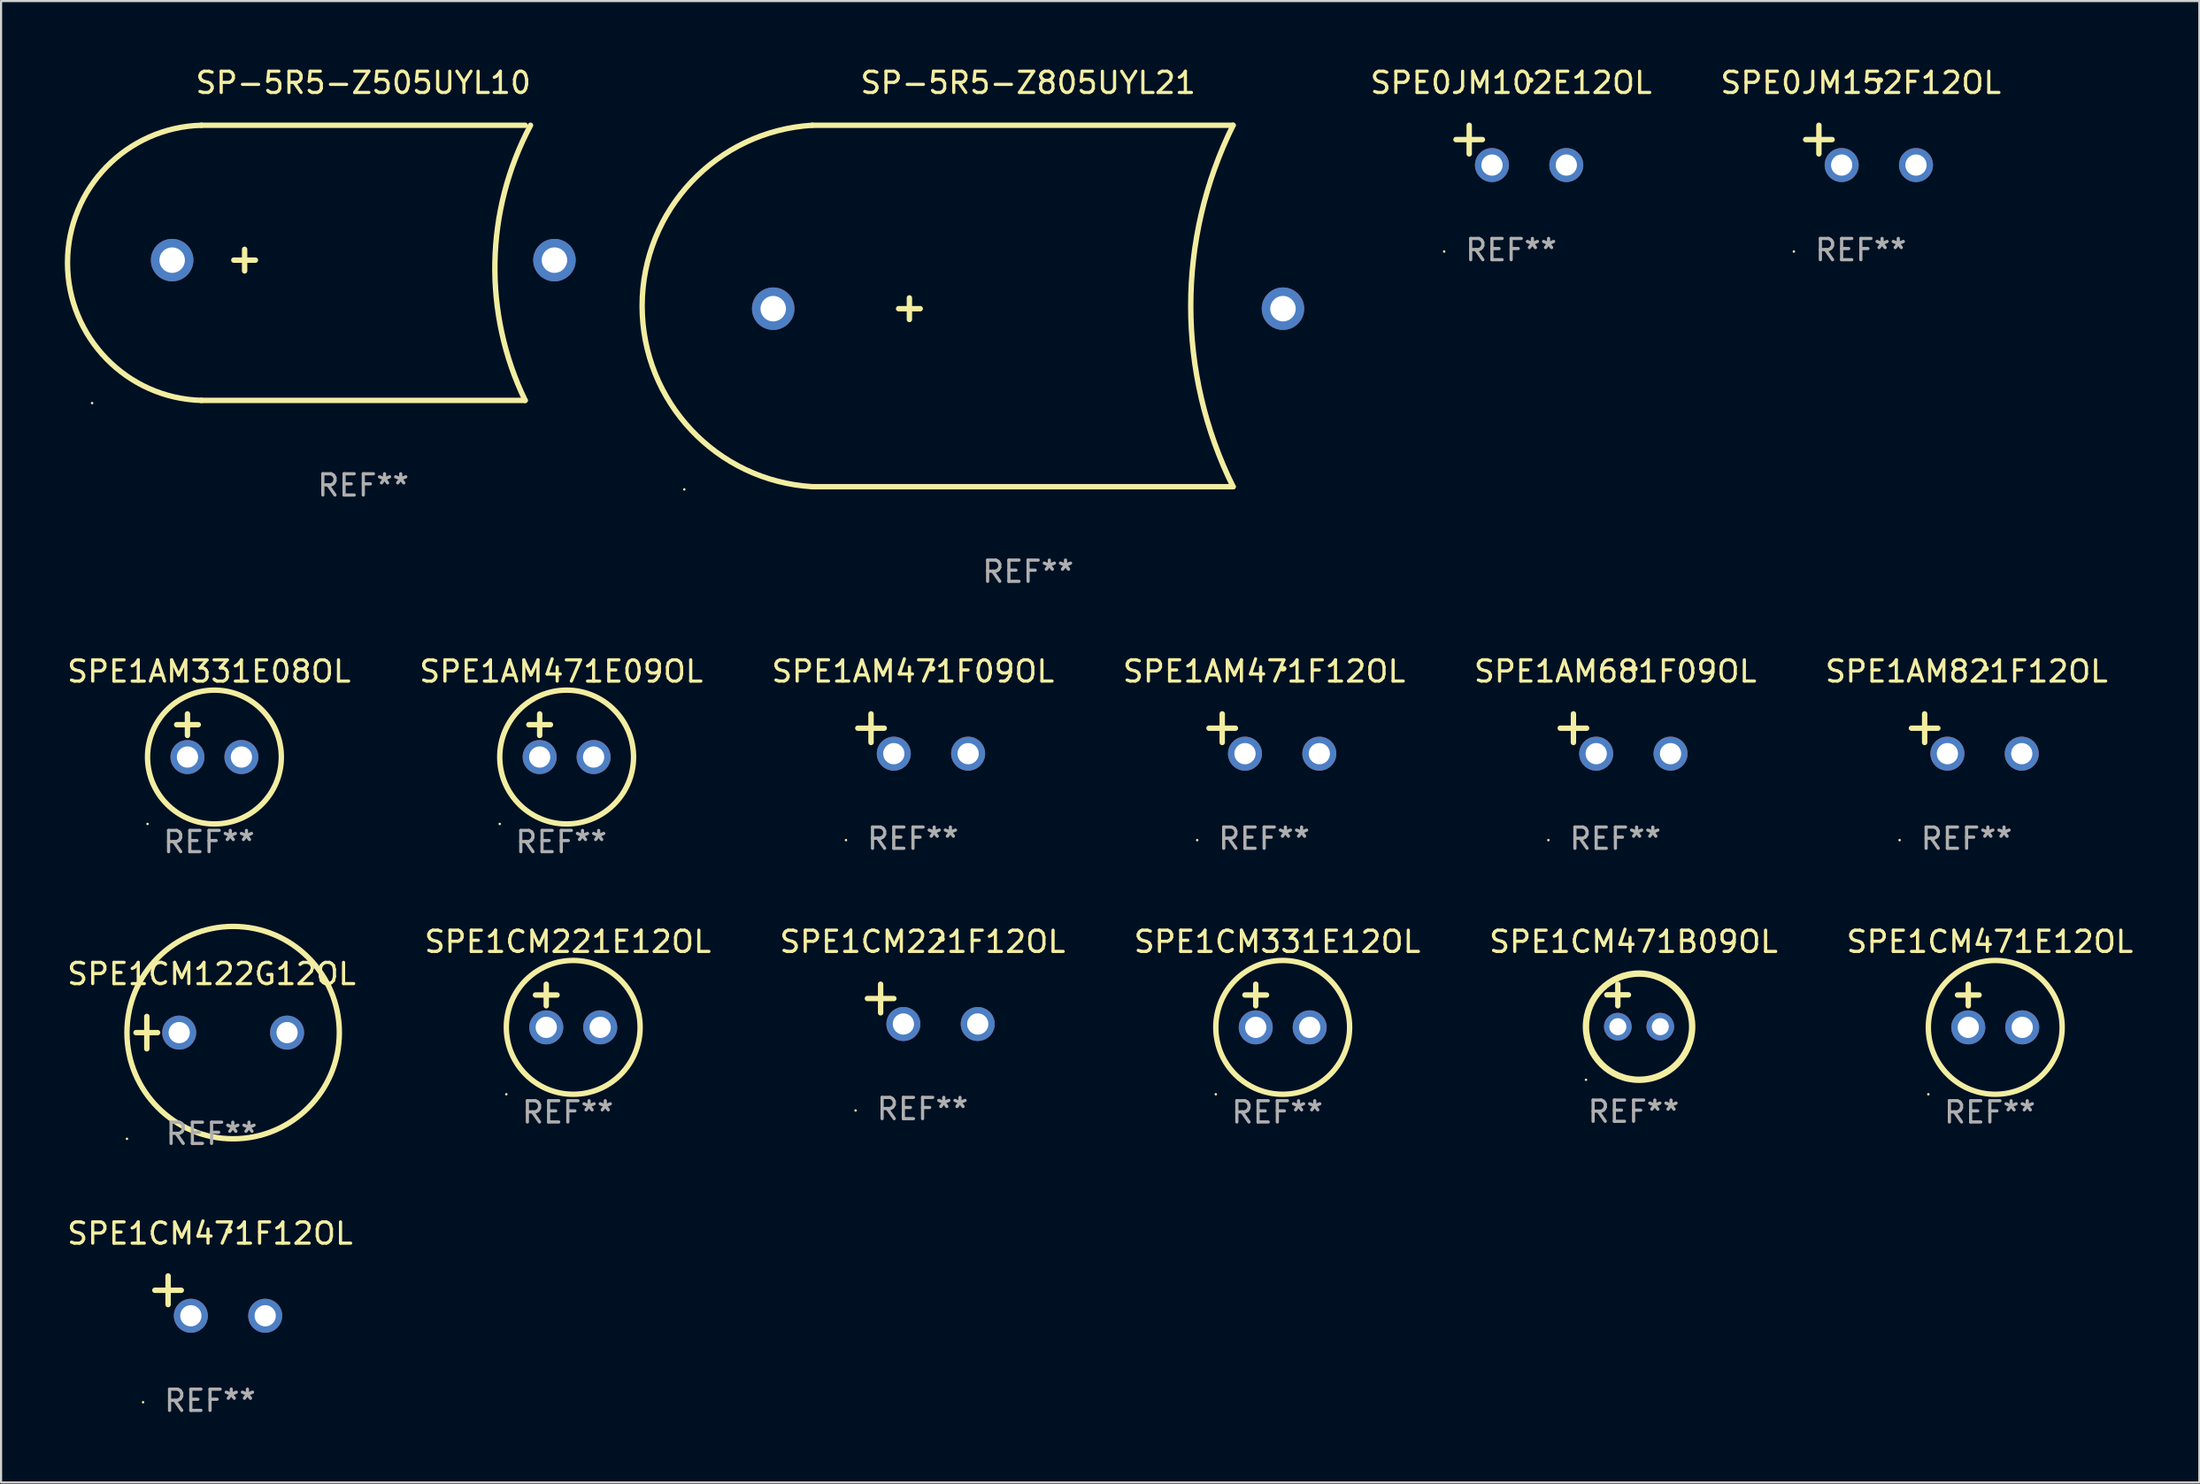
<source format=kicad_pcb>
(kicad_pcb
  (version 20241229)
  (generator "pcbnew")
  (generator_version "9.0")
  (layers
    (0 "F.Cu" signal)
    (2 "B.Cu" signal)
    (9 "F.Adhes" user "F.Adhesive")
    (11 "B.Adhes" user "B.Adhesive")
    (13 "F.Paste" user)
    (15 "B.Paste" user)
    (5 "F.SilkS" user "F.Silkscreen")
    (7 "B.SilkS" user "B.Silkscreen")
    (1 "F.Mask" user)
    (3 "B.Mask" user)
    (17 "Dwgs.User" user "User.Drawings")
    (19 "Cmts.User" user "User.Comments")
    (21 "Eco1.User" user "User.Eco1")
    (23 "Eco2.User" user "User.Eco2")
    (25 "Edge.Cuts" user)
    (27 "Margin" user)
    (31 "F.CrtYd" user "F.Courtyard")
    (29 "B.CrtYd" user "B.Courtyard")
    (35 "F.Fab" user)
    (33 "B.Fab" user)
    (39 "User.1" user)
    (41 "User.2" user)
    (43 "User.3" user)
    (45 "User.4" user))
  (footprint "SPE1CM471F12OL"
    (layer "F.Cu")
    (at 6.839 57.965)
    (property "Reference" "SPE1CM471F12OL" (at 0 -2.937 0) (layer "F.SilkS") (effects (font (size 1 1) (thickness 0.15))))
    (attr through_hole)
    (fp_line (start -1.975 0.41) (end -1.975 -0.937) (stroke (width 0.254) (type solid)) (layer "F.SilkS"))
    (fp_line (start -1.353 -0.263) (end -2.597 -0.263) (stroke (width 0.254) (type solid)) (layer "F.SilkS"))
    (fp_arc (start 0.849809 -3.063957) (mid 0.885369 -3.064114) (end 0.920929 -3.063957) (stroke (width 0.254001) (type solid)) (layer "F.SilkS"))
    (fp_circle (center -3.154 5.008) (end -3.124 5.008) (stroke (width 0.06) (type solid)) (fill no) (layer "F.SilkS"))
    (fp_text user "REF**" (at 0 4.937 0) (layer "F.Fab") (effects (font (size 1 1) (thickness 0.15))))
    (pad "1" thru_hole circle (at -0.903 0.937) (size 1.6 1.6) (drill 1) (layers "*.Cu" "*.Mask"))
    (pad "2" thru_hole circle (at 2.597 0.937) (size 1.6 1.6) (drill 1) (layers "*.Cu" "*.Mask")))
  (footprint "SP-5R5-Z505UYL10"
    (layer "F.Cu")
    (at 14.055 9.325)
    (property "Reference" "SP-5R5-Z505UYL10" (at 0 -8.477 0) (layer "F.SilkS") (effects (font (size 1 1) (thickness 0.15))))
    (attr through_hole)
    (fp_line (start -7.62 6.477) (end 7.62 6.477) (stroke (width 0.254) (type solid)) (layer "F.SilkS"))
    (fp_line (start -6.096 -0.127) (end -5.08 -0.127) (stroke (width 0.254) (type solid)) (layer "F.SilkS"))
    (fp_line (start -5.588 -0.635) (end -5.588 0.381) (stroke (width 0.254) (type solid)) (layer "F.SilkS"))
    (fp_line (start 7.62 -6.477) (end -7.62 -6.477) (stroke (width 0.254) (type solid)) (layer "F.SilkS"))
    (fp_arc (start -7.620015 6.477013) (mid -13.928168 0) (end -7.620015 -6.477013) (stroke (width 0.254001) (type solid)) (layer "F.SilkS"))
    (fp_arc (start 7.620015 6.477013) (mid 6.196987 -0.030393) (end 7.874016 -6.477013) (stroke (width 0.254001) (type solid)) (layer "F.SilkS"))
    (fp_circle (center -12.769 6.604) (end -12.739 6.604) (stroke (width 0.06) (type solid)) (fill no) (layer "F.SilkS"))
    (fp_text user "REF**" (at 0 10.477 0) (layer "F.Fab") (effects (font (size 1 1) (thickness 0.15))))
    (pad "1" thru_hole circle (at -9 -0.127) (size 2 2) (drill 1.2) (layers "*.Cu" "*.Mask"))
    (pad "2" thru_hole circle (at 9 -0.127) (size 2 2) (drill 1.2) (layers "*.Cu" "*.Mask")))
  (footprint "SPE1CM471B09OL"
    (layer "F.Cu")
    (at 73.863 44.291)
    (property "Reference" "SPE1CM471B09OL" (at 0 -3 0) (layer "F.SilkS") (effects (font (size 1 1) (thickness 0.15))))
    (attr through_hole)
    (fp_line (start -1.258 -0.5) (end -0.242 -0.5) (stroke (width 0.254) (type solid)) (layer "F.SilkS"))
    (fp_line (start -0.742 -1) (end -0.742 0.016) (stroke (width 0.254) (type solid)) (layer "F.SilkS"))
    (fp_circle (center -2.242 3.5) (end -2.212 3.5) (stroke (width 0.06) (type solid)) (fill no) (layer "F.SilkS"))
    (fp_circle (center 0.258 1) (end 2.758 1) (stroke (width 0.3) (type solid)) (fill no) (layer "F.SilkS"))
    (fp_text user "REF**" (at 0 5 0) (layer "F.Fab") (effects (font (size 1 1) (thickness 0.15))))
    (pad "1" thru_hole circle (at -0.742 1) (size 1.3 1.3) (drill 0.8) (layers "*.Cu" "*.Mask"))
    (pad "2" thru_hole circle (at 1.258 1) (size 1.3 1.3) (drill 0.8) (layers "*.Cu" "*.Mask")))
  (footprint "SPE1CM122G12OL"
    (layer "F.Cu")
    (at 6.911 45.57)
    (property "Reference" "SPE1CM122G12OL" (at 0 -2.762 0) (layer "F.SilkS") (effects (font (size 1 1) (thickness 0.15))))
    (attr through_hole)
    (fp_line (start -3.556 0) (end -2.54 0) (stroke (width 0.254) (type solid)) (layer "F.SilkS"))
    (fp_line (start -3.048 -0.762) (end -3.048 0.762) (stroke (width 0.254) (type solid)) (layer "F.SilkS"))
    (fp_circle (center -3.984 5) (end -3.954 5) (stroke (width 0.06) (type solid)) (fill no) (layer "F.SilkS"))
    (fp_circle (center 1.016 0) (end 6.016 0) (stroke (width 0.254) (type solid)) (fill no) (layer "F.SilkS"))
    (fp_text user "REF**" (at 0 4.762 0) (layer "F.Fab") (effects (font (size 1 1) (thickness 0.15))))
    (pad "1" thru_hole circle (at -1.524 0) (size 1.6 1.6) (drill 1) (layers "*.Cu" "*.Mask"))
    (pad "2" thru_hole circle (at 3.556 0) (size 1.6 1.6) (drill 1) (layers "*.Cu" "*.Mask")))
  (footprint "SP-5R5-Z805UYL21"
    (layer "F.Cu")
    (at 45.355 11.357)
    (property "Reference" "SP-5R5-Z805UYL21" (at 0 -10.509 0) (layer "F.SilkS") (effects (font (size 1 1) (thickness 0.15))))
    (attr through_hole)
    (fp_line (start -10.16 8.509) (end 9.652 8.509) (stroke (width 0.254) (type solid)) (layer "F.SilkS"))
    (fp_line (start -6.096 0.127) (end -5.08 0.127) (stroke (width 0.254) (type solid)) (layer "F.SilkS"))
    (fp_line (start -5.588 -0.381) (end -5.588 0.635) (stroke (width 0.254) (type solid)) (layer "F.SilkS"))
    (fp_line (start 9.652 -8.509) (end -10.16 -8.509) (stroke (width 0.254) (type solid)) (layer "F.SilkS"))
    (fp_arc (start -10.16002 8.509017) (mid -18.172748 0) (end -10.160021 -8.509017) (stroke (width 0.254001) (type solid)) (layer "F.SilkS"))
    (fp_arc (start 9.652019 8.509017) (mid 7.658002 0) (end 9.652019 -8.509017) (stroke (width 0.254001) (type solid)) (layer "F.SilkS"))
    (fp_circle (center -16.186 8.636) (end -16.156 8.636) (stroke (width 0.06) (type solid)) (fill no) (layer "F.SilkS"))
    (fp_text user "REF**" (at 0 12.509 0) (layer "F.Fab") (effects (font (size 1 1) (thickness 0.15))))
    (pad "1" thru_hole circle (at -12 0.127) (size 2 2) (drill 1.2) (layers "*.Cu" "*.Mask"))
    (pad "2" thru_hole circle (at 12 0.127) (size 2 2) (drill 1.2) (layers "*.Cu" "*.Mask")))
  (footprint "SPE1AM471F09OL"
    (layer "F.Cu")
    (at 39.935 31.499)
    (property "Reference" "SPE1AM471F09OL" (at 0 -2.937 0) (layer "F.SilkS") (effects (font (size 1 1) (thickness 0.15))))
    (attr through_hole)
    (fp_line (start -1.975 0.41) (end -1.975 -0.937) (stroke (width 0.254) (type solid)) (layer "F.SilkS"))
    (fp_line (start -1.353 -0.263) (end -2.597 -0.263) (stroke (width 0.254) (type solid)) (layer "F.SilkS"))
    (fp_arc (start 0.849809 -3.063957) (mid 0.885369 -3.064114) (end 0.920929 -3.063957) (stroke (width 0.254001) (type solid)) (layer "F.SilkS"))
    (fp_circle (center -3.154 5.008) (end -3.124 5.008) (stroke (width 0.06) (type solid)) (fill no) (layer "F.SilkS"))
    (fp_text user "REF**" (at 0 4.937 0) (layer "F.Fab") (effects (font (size 1 1) (thickness 0.15))))
    (pad "1" thru_hole circle (at -0.903 0.937) (size 1.6 1.6) (drill 1) (layers "*.Cu" "*.Mask"))
    (pad "2" thru_hole circle (at 2.597 0.937) (size 1.6 1.6) (drill 1) (layers "*.Cu" "*.Mask")))
  (footprint "SPE0JM152F12OL"
    (layer "F.Cu")
    (at 84.563 3.785)
    (property "Reference" "SPE0JM152F12OL" (at 0 -2.937 0) (layer "F.SilkS") (effects (font (size 1 1) (thickness 0.15))))
    (attr through_hole)
    (fp_line (start -1.975 0.41) (end -1.975 -0.937) (stroke (width 0.254) (type solid)) (layer "F.SilkS"))
    (fp_line (start -1.353 -0.263) (end -2.597 -0.263) (stroke (width 0.254) (type solid)) (layer "F.SilkS"))
    (fp_arc (start 0.849809 -3.063957) (mid 0.885369 -3.064114) (end 0.920929 -3.063957) (stroke (width 0.254001) (type solid)) (layer "F.SilkS"))
    (fp_circle (center -3.154 5.008) (end -3.124 5.008) (stroke (width 0.06) (type solid)) (fill no) (layer "F.SilkS"))
    (fp_text user "REF**" (at 0 4.937 0) (layer "F.Fab") (effects (font (size 1 1) (thickness 0.15))))
    (pad "1" thru_hole circle (at -0.903 0.937) (size 1.6 1.6) (drill 1) (layers "*.Cu" "*.Mask"))
    (pad "2" thru_hole circle (at 2.597 0.937) (size 1.6 1.6) (drill 1) (layers "*.Cu" "*.Mask")))
  (footprint "SPE1CM221F12OL"
    (layer "F.Cu")
    (at 40.387 44.228)
    (property "Reference" "SPE1CM221F12OL" (at 0 -2.937 0) (layer "F.SilkS") (effects (font (size 1 1) (thickness 0.15))))
    (attr through_hole)
    (fp_line (start -1.975 0.41) (end -1.975 -0.937) (stroke (width 0.254) (type solid)) (layer "F.SilkS"))
    (fp_line (start -1.353 -0.263) (end -2.597 -0.263) (stroke (width 0.254) (type solid)) (layer "F.SilkS"))
    (fp_arc (start 0.849809 -3.063957) (mid 0.885369 -3.064114) (end 0.920929 -3.063957) (stroke (width 0.254001) (type solid)) (layer "F.SilkS"))
    (fp_circle (center -3.154 5.008) (end -3.124 5.008) (stroke (width 0.06) (type solid)) (fill no) (layer "F.SilkS"))
    (fp_text user "REF**" (at 0 4.937 0) (layer "F.Fab") (effects (font (size 1 1) (thickness 0.15))))
    (pad "1" thru_hole circle (at -0.903 0.937) (size 1.6 1.6) (drill 1) (layers "*.Cu" "*.Mask"))
    (pad "2" thru_hole circle (at 2.597 0.937) (size 1.6 1.6) (drill 1) (layers "*.Cu" "*.Mask")))
  (footprint "SPE1AM681F09OL"
    (layer "F.Cu")
    (at 73.006 31.499)
    (property "Reference" "SPE1AM681F09OL" (at 0 -2.937 0) (layer "F.SilkS") (effects (font (size 1 1) (thickness 0.15))))
    (attr through_hole)
    (fp_line (start -1.975 0.41) (end -1.975 -0.937) (stroke (width 0.254) (type solid)) (layer "F.SilkS"))
    (fp_line (start -1.353 -0.263) (end -2.597 -0.263) (stroke (width 0.254) (type solid)) (layer "F.SilkS"))
    (fp_arc (start 0.849809 -3.063957) (mid 0.885369 -3.064114) (end 0.920929 -3.063957) (stroke (width 0.254001) (type solid)) (layer "F.SilkS"))
    (fp_circle (center -3.154 5.008) (end -3.124 5.008) (stroke (width 0.06) (type solid)) (fill no) (layer "F.SilkS"))
    (fp_text user "REF**" (at 0 4.937 0) (layer "F.Fab") (effects (font (size 1 1) (thickness 0.15))))
    (pad "1" thru_hole circle (at -0.903 0.937) (size 1.6 1.6) (drill 1) (layers "*.Cu" "*.Mask"))
    (pad "2" thru_hole circle (at 2.597 0.937) (size 1.6 1.6) (drill 1) (layers "*.Cu" "*.Mask")))
  (footprint "SPE1AM821F12OL"
    (layer "F.Cu")
    (at 89.542 31.499)
    (property "Reference" "SPE1AM821F12OL" (at 0 -2.937 0) (layer "F.SilkS") (effects (font (size 1 1) (thickness 0.15))))
    (attr through_hole)
    (fp_line (start -1.975 0.41) (end -1.975 -0.937) (stroke (width 0.254) (type solid)) (layer "F.SilkS"))
    (fp_line (start -1.353 -0.263) (end -2.597 -0.263) (stroke (width 0.254) (type solid)) (layer "F.SilkS"))
    (fp_arc (start 0.849809 -3.063957) (mid 0.885369 -3.064114) (end 0.920929 -3.063957) (stroke (width 0.254001) (type solid)) (layer "F.SilkS"))
    (fp_circle (center -3.154 5.008) (end -3.124 5.008) (stroke (width 0.06) (type solid)) (fill no) (layer "F.SilkS"))
    (fp_text user "REF**" (at 0 4.937 0) (layer "F.Fab") (effects (font (size 1 1) (thickness 0.15))))
    (pad "1" thru_hole circle (at -0.903 0.937) (size 1.6 1.6) (drill 1) (layers "*.Cu" "*.Mask"))
    (pad "2" thru_hole circle (at 2.597 0.937) (size 1.6 1.6) (drill 1) (layers "*.Cu" "*.Mask")))
  (footprint "SPE1CM221E12OL"
    (layer "F.Cu")
    (at 23.685 44.307)
    (property "Reference" "SPE1CM221E12OL" (at 0 -3.016 0) (layer "F.SilkS") (effects (font (size 1 1) (thickness 0.15))))
    (attr through_hole)
    (fp_line (start -1.524 -0.508) (end -0.508 -0.508) (stroke (width 0.254) (type solid)) (layer "F.SilkS"))
    (fp_line (start -1.016 -1.016) (end -1.016 0) (stroke (width 0.254) (type solid)) (layer "F.SilkS"))
    (fp_circle (center -2.896 4.166) (end -2.866 4.166) (stroke (width 0.06) (type solid)) (fill no) (layer "F.SilkS"))
    (fp_circle (center 0.254 1.016) (end 3.404 1.016) (stroke (width 0.254) (type solid)) (fill no) (layer "F.SilkS"))
    (fp_text user "REF**" (at 0 5.016 0) (layer "F.Fab") (effects (font (size 1 1) (thickness 0.15))))
    (pad "1" thru_hole circle (at -1.016 1.016) (size 1.6 1.6) (drill 1) (layers "*.Cu" "*.Mask"))
    (pad "2" thru_hole circle (at 1.524 1.016) (size 1.6 1.6) (drill 1) (layers "*.Cu" "*.Mask")))
  (footprint "SPE1AM331E08OL"
    (layer "F.Cu")
    (at 6.792 31.579)
    (property "Reference" "SPE1AM331E08OL" (at 0 -3.016 0) (layer "F.SilkS") (effects (font (size 1 1) (thickness 0.15))))
    (attr through_hole)
    (fp_line (start -1.524 -0.508) (end -0.508 -0.508) (stroke (width 0.254) (type solid)) (layer "F.SilkS"))
    (fp_line (start -1.016 -1.016) (end -1.016 0) (stroke (width 0.254) (type solid)) (layer "F.SilkS"))
    (fp_circle (center -2.896 4.166) (end -2.866 4.166) (stroke (width 0.06) (type solid)) (fill no) (layer "F.SilkS"))
    (fp_circle (center 0.254 1.016) (end 3.404 1.016) (stroke (width 0.254) (type solid)) (fill no) (layer "F.SilkS"))
    (fp_text user "REF**" (at 0 5.016 0) (layer "F.Fab") (effects (font (size 1 1) (thickness 0.15))))
    (pad "1" thru_hole circle (at -1.016 1.016) (size 1.6 1.6) (drill 1) (layers "*.Cu" "*.Mask"))
    (pad "2" thru_hole circle (at 1.524 1.016) (size 1.6 1.6) (drill 1) (layers "*.Cu" "*.Mask")))
  (footprint "SPE1AM471E09OL"
    (layer "F.Cu")
    (at 23.375 31.579)
    (property "Reference" "SPE1AM471E09OL" (at 0 -3.016 0) (layer "F.SilkS") (effects (font (size 1 1) (thickness 0.15))))
    (attr through_hole)
    (fp_line (start -1.524 -0.508) (end -0.508 -0.508) (stroke (width 0.254) (type solid)) (layer "F.SilkS"))
    (fp_line (start -1.016 -1.016) (end -1.016 0) (stroke (width 0.254) (type solid)) (layer "F.SilkS"))
    (fp_circle (center -2.896 4.166) (end -2.866 4.166) (stroke (width 0.06) (type solid)) (fill no) (layer "F.SilkS"))
    (fp_circle (center 0.254 1.016) (end 3.404 1.016) (stroke (width 0.254) (type solid)) (fill no) (layer "F.SilkS"))
    (fp_text user "REF**" (at 0 5.016 0) (layer "F.Fab") (effects (font (size 1 1) (thickness 0.15))))
    (pad "1" thru_hole circle (at -1.016 1.016) (size 1.6 1.6) (drill 1) (layers "*.Cu" "*.Mask"))
    (pad "2" thru_hole circle (at 1.524 1.016) (size 1.6 1.6) (drill 1) (layers "*.Cu" "*.Mask")))
  (footprint "SPE1CM471E12OL"
    (layer "F.Cu")
    (at 90.637 44.307)
    (property "Reference" "SPE1CM471E12OL" (at 0 -3.016 0) (layer "F.SilkS") (effects (font (size 1 1) (thickness 0.15))))
    (attr through_hole)
    (fp_line (start -1.524 -0.508) (end -0.508 -0.508) (stroke (width 0.254) (type solid)) (layer "F.SilkS"))
    (fp_line (start -1.016 -1.016) (end -1.016 0) (stroke (width 0.254) (type solid)) (layer "F.SilkS"))
    (fp_circle (center -2.896 4.166) (end -2.866 4.166) (stroke (width 0.06) (type solid)) (fill no) (layer "F.SilkS"))
    (fp_circle (center 0.254 1.016) (end 3.404 1.016) (stroke (width 0.254) (type solid)) (fill no) (layer "F.SilkS"))
    (fp_text user "REF**" (at 0 5.016 0) (layer "F.Fab") (effects (font (size 1 1) (thickness 0.15))))
    (pad "1" thru_hole circle (at -1.016 1.016) (size 1.6 1.6) (drill 1) (layers "*.Cu" "*.Mask"))
    (pad "2" thru_hole circle (at 1.524 1.016) (size 1.6 1.6) (drill 1) (layers "*.Cu" "*.Mask")))
  (footprint "SPE1CM331E12OL"
    (layer "F.Cu")
    (at 57.089 44.307)
    (property "Reference" "SPE1CM331E12OL" (at 0 -3.016 0) (layer "F.SilkS") (effects (font (size 1 1) (thickness 0.15))))
    (attr through_hole)
    (fp_line (start -1.524 -0.508) (end -0.508 -0.508) (stroke (width 0.254) (type solid)) (layer "F.SilkS"))
    (fp_line (start -1.016 -1.016) (end -1.016 0) (stroke (width 0.254) (type solid)) (layer "F.SilkS"))
    (fp_circle (center -2.896 4.166) (end -2.866 4.166) (stroke (width 0.06) (type solid)) (fill no) (layer "F.SilkS"))
    (fp_circle (center 0.254 1.016) (end 3.404 1.016) (stroke (width 0.254) (type solid)) (fill no) (layer "F.SilkS"))
    (fp_text user "REF**" (at 0 5.016 0) (layer "F.Fab") (effects (font (size 1 1) (thickness 0.15))))
    (pad "1" thru_hole circle (at -1.016 1.016) (size 1.6 1.6) (drill 1) (layers "*.Cu" "*.Mask"))
    (pad "2" thru_hole circle (at 1.524 1.016) (size 1.6 1.6) (drill 1) (layers "*.Cu" "*.Mask")))
  (footprint "SPE0JM102E12OL"
    (layer "F.Cu")
    (at 68.099 3.785)
    (property "Reference" "SPE0JM102E12OL" (at 0 -2.937 0) (layer "F.SilkS") (effects (font (size 1 1) (thickness 0.15))))
    (attr through_hole)
    (fp_line (start -1.975 0.41) (end -1.975 -0.937) (stroke (width 0.254) (type solid)) (layer "F.SilkS"))
    (fp_line (start -1.353 -0.263) (end -2.597 -0.263) (stroke (width 0.254) (type solid)) (layer "F.SilkS"))
    (fp_arc (start 0.849809 -3.063957) (mid 0.885369 -3.064114) (end 0.920929 -3.063957) (stroke (width 0.254001) (type solid)) (layer "F.SilkS"))
    (fp_circle (center -3.154 5.008) (end -3.124 5.008) (stroke (width 0.06) (type solid)) (fill no) (layer "F.SilkS"))
    (fp_text user "REF**" (at 0 4.937 0) (layer "F.Fab") (effects (font (size 1 1) (thickness 0.15))))
    (pad "1" thru_hole circle (at -0.903 0.937) (size 1.6 1.6) (drill 1) (layers "*.Cu" "*.Mask"))
    (pad "2" thru_hole circle (at 2.597 0.937) (size 1.6 1.6) (drill 1) (layers "*.Cu" "*.Mask")))
  (footprint "SPE1AM471F12OL"
    (layer "F.Cu")
    (at 56.47 31.499)
    (property "Reference" "SPE1AM471F12OL" (at 0 -2.937 0) (layer "F.SilkS") (effects (font (size 1 1) (thickness 0.15))))
    (attr through_hole)
    (fp_line (start -1.975 0.41) (end -1.975 -0.937) (stroke (width 0.254) (type solid)) (layer "F.SilkS"))
    (fp_line (start -1.353 -0.263) (end -2.597 -0.263) (stroke (width 0.254) (type solid)) (layer "F.SilkS"))
    (fp_arc (start 0.849809 -3.063957) (mid 0.885369 -3.064114) (end 0.920929 -3.063957) (stroke (width 0.254001) (type solid)) (layer "F.SilkS"))
    (fp_circle (center -3.154 5.008) (end -3.124 5.008) (stroke (width 0.06) (type solid)) (fill no) (layer "F.SilkS"))
    (fp_text user "REF**" (at 0 4.937 0) (layer "F.Fab") (effects (font (size 1 1) (thickness 0.15))))
    (pad "1" thru_hole circle (at -0.903 0.937) (size 1.6 1.6) (drill 1) (layers "*.Cu" "*.Mask"))
    (pad "2" thru_hole circle (at 2.597 0.937) (size 1.6 1.6) (drill 1) (layers "*.Cu" "*.Mask")))
  (gr_rect
    (start -3 -3)
    (end 100.5 66.75)
    (stroke (width 0.1) (type default))
    (fill no)
    (layer "Edge.Cuts")))
</source>
